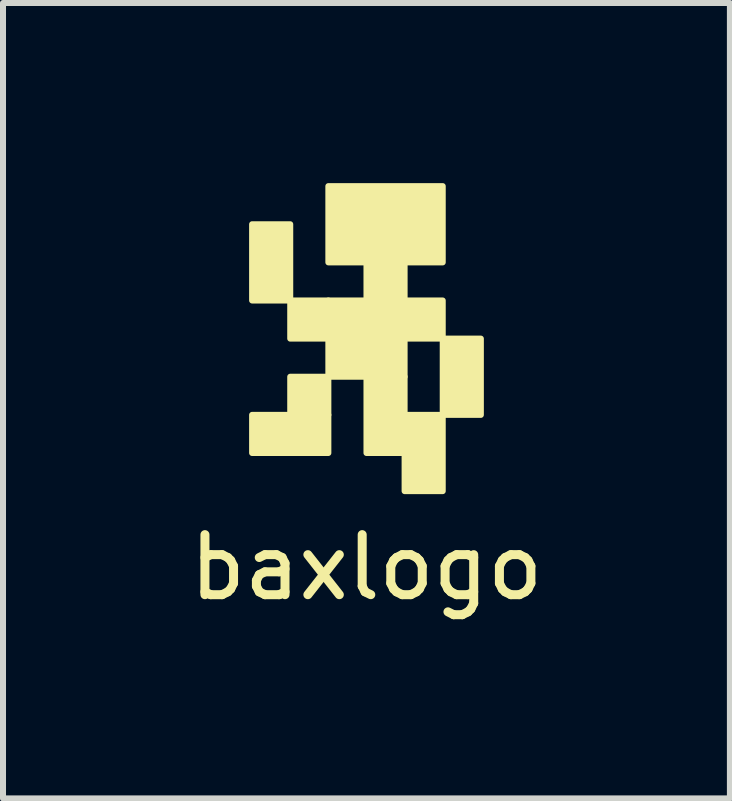
<source format=kicad_pcb>
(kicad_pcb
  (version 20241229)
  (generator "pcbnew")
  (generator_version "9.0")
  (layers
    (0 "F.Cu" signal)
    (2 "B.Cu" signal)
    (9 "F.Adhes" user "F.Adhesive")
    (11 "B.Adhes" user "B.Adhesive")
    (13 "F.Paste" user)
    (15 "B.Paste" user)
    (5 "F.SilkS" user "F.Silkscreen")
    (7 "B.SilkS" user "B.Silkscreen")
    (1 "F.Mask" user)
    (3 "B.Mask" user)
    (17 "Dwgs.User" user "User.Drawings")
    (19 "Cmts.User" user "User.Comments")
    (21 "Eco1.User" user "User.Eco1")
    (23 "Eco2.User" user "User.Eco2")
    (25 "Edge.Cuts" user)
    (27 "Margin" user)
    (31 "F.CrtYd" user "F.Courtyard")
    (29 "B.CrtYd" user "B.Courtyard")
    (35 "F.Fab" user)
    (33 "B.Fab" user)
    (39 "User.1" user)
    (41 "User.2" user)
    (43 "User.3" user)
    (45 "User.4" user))
  (footprint "baxlogo"
    (layer "F.Cu")
    (at 3.054 2.59)
    (property "Reference" "baxlogo" (at 0 3.81 0) (layer "F.SilkS") (effects (font (size 1 1) (thickness 0.15))))
    (attr through_hole)
    (fp_poly (pts (xy -1.27 -0.635) (xy -1.27 -1.905) (xy -1.905 -1.905) (xy -1.905 -0.635)) (stroke (width 0.1) (type solid)) (fill yes) (layer "F.SilkS"))
    (fp_poly (pts (xy -0.635 -2.54) (xy 1.27 -2.54) (xy 1.27 -1.27) (xy -0.635 -1.27)) (stroke (width 0.1) (type solid)) (fill yes) (layer "F.SilkS"))
    (fp_poly (pts (xy -0.635 -0.635) (xy -1.27 -0.635) (xy -1.27 0) (xy -0.635 0)) (stroke (width 0.1) (type solid)) (fill yes) (layer "F.SilkS"))
    (fp_poly (pts (xy -0.635 -0.635) (xy 1.27 -0.635) (xy 1.27 0) (xy -0.635 0)) (stroke (width 0.1) (type solid)) (fill yes) (layer "F.SilkS"))
    (fp_poly (pts (xy -0.635 0.635) (xy -0.635 1.27) (xy -1.27 1.27) (xy -1.27 0.635)) (stroke (width 0.1) (type solid)) (fill yes) (layer "F.SilkS"))
    (fp_poly (pts (xy -0.635 1.27) (xy -0.635 1.905) (xy -1.905 1.905) (xy -1.905 1.27)) (stroke (width 0.1) (type solid)) (fill yes) (layer "F.SilkS"))
    (fp_poly (pts (xy 0 -1.27) (xy 0 -0.635) (xy 0.635 -0.635) (xy 0.635 -1.27)) (stroke (width 0.1) (type solid)) (fill yes) (layer "F.SilkS"))
    (fp_poly (pts (xy 0.635 0) (xy 0.635 0.635) (xy -0.635 0.635) (xy -0.635 0)) (stroke (width 0.1) (type solid)) (fill yes) (layer "F.SilkS"))
    (fp_poly (pts (xy 0.635 0.635) (xy 0.635 1.905) (xy 0 1.905) (xy 0 0.635)) (stroke (width 0.1) (type solid)) (fill yes) (layer "F.SilkS"))
    (fp_poly (pts (xy 0.635 1.27) (xy 1.27 1.27) (xy 1.27 2.54) (xy 0.635 2.54)) (stroke (width 0.1) (type solid)) (fill yes) (layer "F.SilkS"))
    (fp_poly (pts (xy 1.27 0) (xy 1.27 1.27) (xy 1.905 1.27) (xy 1.905 0)) (stroke (width 0.1) (type solid)) (fill yes) (layer "F.SilkS")))
  (gr_rect
    (start -3 -3)
    (end 9.107 10.248)
    (stroke (width 0.1) (type default))
    (fill no)
    (layer "Edge.Cuts")))
</source>
